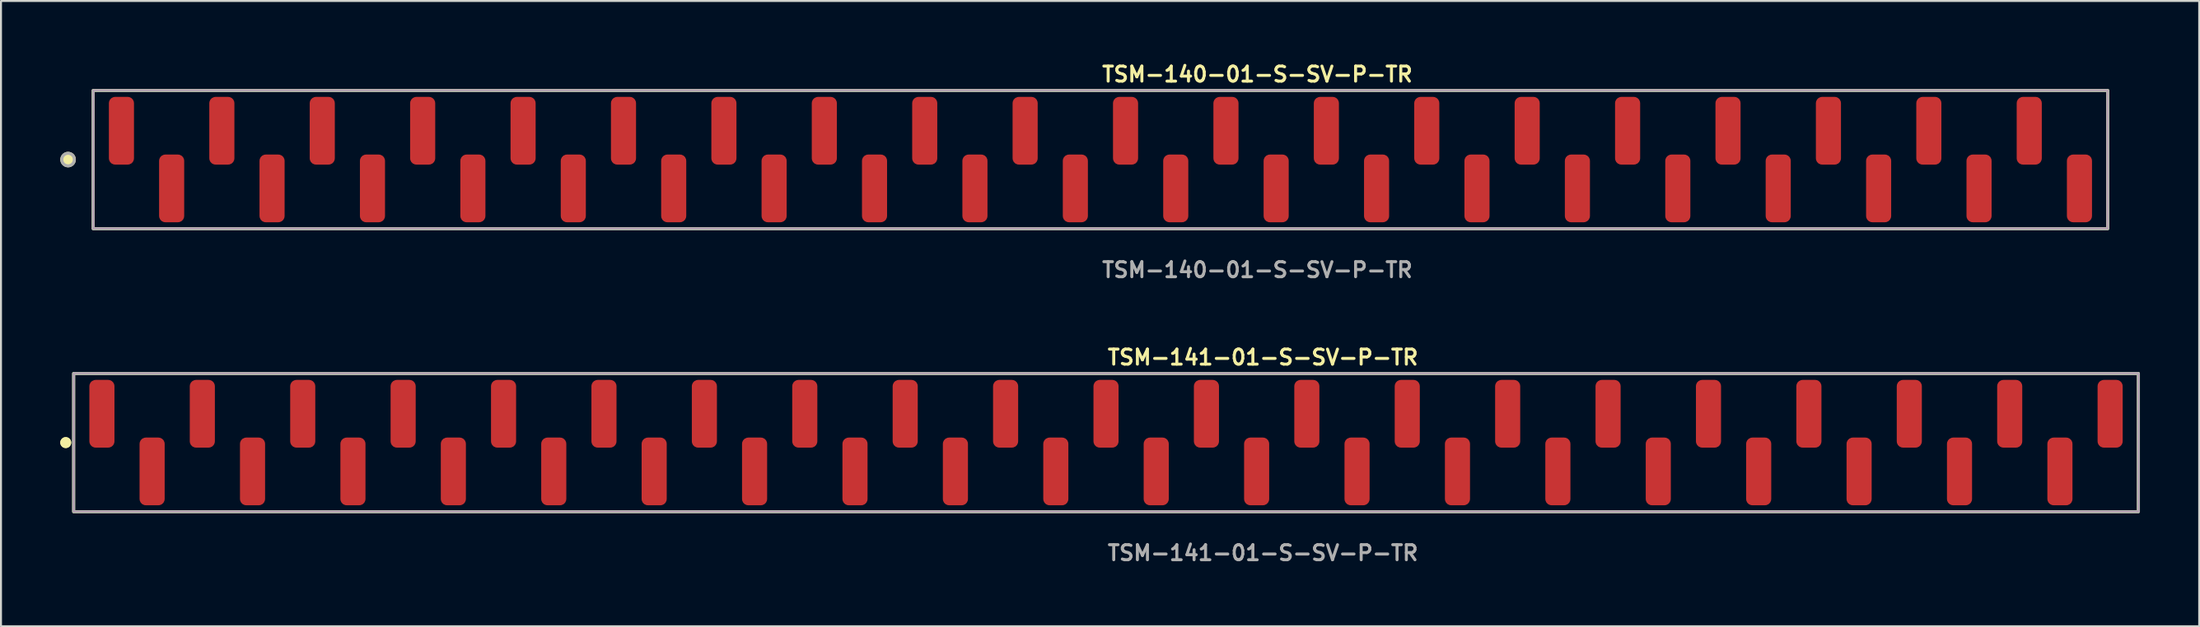
<source format=kicad_pcb>
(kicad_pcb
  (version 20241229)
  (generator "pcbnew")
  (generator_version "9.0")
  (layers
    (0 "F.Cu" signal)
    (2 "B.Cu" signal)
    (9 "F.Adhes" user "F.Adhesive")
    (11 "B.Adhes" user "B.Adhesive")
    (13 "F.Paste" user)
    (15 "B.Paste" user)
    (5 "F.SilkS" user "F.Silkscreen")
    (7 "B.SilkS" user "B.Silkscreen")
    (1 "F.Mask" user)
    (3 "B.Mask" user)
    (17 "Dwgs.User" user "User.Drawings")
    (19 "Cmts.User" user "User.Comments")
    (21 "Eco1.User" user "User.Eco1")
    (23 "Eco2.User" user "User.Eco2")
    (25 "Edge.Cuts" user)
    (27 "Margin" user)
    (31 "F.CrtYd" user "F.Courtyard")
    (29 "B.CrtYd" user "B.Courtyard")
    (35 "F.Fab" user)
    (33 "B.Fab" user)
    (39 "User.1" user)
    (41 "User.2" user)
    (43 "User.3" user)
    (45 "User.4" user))
  (footprint "TSM-141-01-S-SV-P-TR"
    (layer "F.Cu")
    (at 52.906 19.364)
    (property "Reference" "TSM-141-01-S-SV-P-TR" (at 0 -4.318 0) (unlocked yes) (layer "F.SilkS") (effects (font (size 0.762 0.762) (thickness 0.152)) (justify left)))
    (fp_rect (start -52.23 3.5) (end 52.23 -3.5) (stroke (width 0.152) (type solid)) (fill no) (layer "F.SilkS"))
    (fp_circle (center -52.63 0) (end -52.83 0) (stroke (width 0.152) (type solid)) (fill yes) (layer "F.SilkS"))
    (fp_circle (center -52.63 0) (end -52.83 0) (stroke (width 0.152) (type solid)) (fill yes) (layer "F.SilkS"))
    (fp_rect (start -52.23 3.5) (end 52.23 -3.5) (stroke (width 0.006) (type solid)) (fill no) (layer "F.CrtYd"))
    (fp_rect (start -52.23 3.5) (end 52.23 -3.5) (stroke (width 0.152) (type solid)) (fill no) (layer "F.Fab"))
    (fp_text user "${REFERENCE}" (at 0 5.588 0) (unlocked yes) (layer "F.Fab") (effects (font (size 0.762 0.762) (thickness 0.152)) (justify left)))
    (pad "1" smd roundrect (at -50.8 -1.46) (size 1.27 3.43) (layers "F.Cu" "F.Paste") (roundrect_rratio 0.25))
    (pad "2" smd roundrect (at -48.26 1.46) (size 1.27 3.43) (layers "F.Cu" "F.Paste") (roundrect_rratio 0.25))
    (pad "3" smd roundrect (at -45.72 -1.46) (size 1.27 3.43) (layers "F.Cu" "F.Paste") (roundrect_rratio 0.25))
    (pad "4" smd roundrect (at -43.18 1.46) (size 1.27 3.43) (layers "F.Cu" "F.Paste") (roundrect_rratio 0.25))
    (pad "5" smd roundrect (at -40.64 -1.46) (size 1.27 3.43) (layers "F.Cu" "F.Paste") (roundrect_rratio 0.25))
    (pad "6" smd roundrect (at -38.1 1.46) (size 1.27 3.43) (layers "F.Cu" "F.Paste") (roundrect_rratio 0.25))
    (pad "7" smd roundrect (at -35.56 -1.46) (size 1.27 3.43) (layers "F.Cu" "F.Paste") (roundrect_rratio 0.25))
    (pad "8" smd roundrect (at -33.02 1.46) (size 1.27 3.43) (layers "F.Cu" "F.Paste") (roundrect_rratio 0.25))
    (pad "9" smd roundrect (at -30.48 -1.46) (size 1.27 3.43) (layers "F.Cu" "F.Paste") (roundrect_rratio 0.25))
    (pad "10" smd roundrect (at -27.94 1.46) (size 1.27 3.43) (layers "F.Cu" "F.Paste") (roundrect_rratio 0.25))
    (pad "11" smd roundrect (at -25.4 -1.46) (size 1.27 3.43) (layers "F.Cu" "F.Paste") (roundrect_rratio 0.25))
    (pad "12" smd roundrect (at -22.86 1.46) (size 1.27 3.43) (layers "F.Cu" "F.Paste") (roundrect_rratio 0.25))
    (pad "13" smd roundrect (at -20.32 -1.46) (size 1.27 3.43) (layers "F.Cu" "F.Paste") (roundrect_rratio 0.25))
    (pad "14" smd roundrect (at -17.78 1.46) (size 1.27 3.43) (layers "F.Cu" "F.Paste") (roundrect_rratio 0.25))
    (pad "15" smd roundrect (at -15.24 -1.46) (size 1.27 3.43) (layers "F.Cu" "F.Paste") (roundrect_rratio 0.25))
    (pad "16" smd roundrect (at -12.7 1.46) (size 1.27 3.43) (layers "F.Cu" "F.Paste") (roundrect_rratio 0.25))
    (pad "17" smd roundrect (at -10.16 -1.46) (size 1.27 3.43) (layers "F.Cu" "F.Paste") (roundrect_rratio 0.25))
    (pad "18" smd roundrect (at -7.62 1.46) (size 1.27 3.43) (layers "F.Cu" "F.Paste") (roundrect_rratio 0.25))
    (pad "19" smd roundrect (at -5.08 -1.46) (size 1.27 3.43) (layers "F.Cu" "F.Paste") (roundrect_rratio 0.25))
    (pad "20" smd roundrect (at -2.54 1.46) (size 1.27 3.43) (layers "F.Cu" "F.Paste") (roundrect_rratio 0.25))
    (pad "21" smd roundrect (at 0 -1.46) (size 1.27 3.43) (layers "F.Cu" "F.Paste") (roundrect_rratio 0.25))
    (pad "22" smd roundrect (at 2.54 1.46) (size 1.27 3.43) (layers "F.Cu" "F.Paste") (roundrect_rratio 0.25))
    (pad "23" smd roundrect (at 5.08 -1.46) (size 1.27 3.43) (layers "F.Cu" "F.Paste") (roundrect_rratio 0.25))
    (pad "24" smd roundrect (at 7.62 1.46) (size 1.27 3.43) (layers "F.Cu" "F.Paste") (roundrect_rratio 0.25))
    (pad "25" smd roundrect (at 10.16 -1.46) (size 1.27 3.43) (layers "F.Cu" "F.Paste") (roundrect_rratio 0.25))
    (pad "26" smd roundrect (at 12.7 1.46) (size 1.27 3.43) (layers "F.Cu" "F.Paste") (roundrect_rratio 0.25))
    (pad "27" smd roundrect (at 15.24 -1.46) (size 1.27 3.43) (layers "F.Cu" "F.Paste") (roundrect_rratio 0.25))
    (pad "28" smd roundrect (at 17.78 1.46) (size 1.27 3.43) (layers "F.Cu" "F.Paste") (roundrect_rratio 0.25))
    (pad "29" smd roundrect (at 20.32 -1.46) (size 1.27 3.43) (layers "F.Cu" "F.Paste") (roundrect_rratio 0.25))
    (pad "30" smd roundrect (at 22.86 1.46) (size 1.27 3.43) (layers "F.Cu" "F.Paste") (roundrect_rratio 0.25))
    (pad "31" smd roundrect (at 25.4 -1.46) (size 1.27 3.43) (layers "F.Cu" "F.Paste") (roundrect_rratio 0.25))
    (pad "32" smd roundrect (at 27.94 1.46) (size 1.27 3.43) (layers "F.Cu" "F.Paste") (roundrect_rratio 0.25))
    (pad "33" smd roundrect (at 30.48 -1.46) (size 1.27 3.43) (layers "F.Cu" "F.Paste") (roundrect_rratio 0.25))
    (pad "34" smd roundrect (at 33.02 1.46) (size 1.27 3.43) (layers "F.Cu" "F.Paste") (roundrect_rratio 0.25))
    (pad "35" smd roundrect (at 35.56 -1.46) (size 1.27 3.43) (layers "F.Cu" "F.Paste") (roundrect_rratio 0.25))
    (pad "36" smd roundrect (at 38.1 1.46) (size 1.27 3.43) (layers "F.Cu" "F.Paste") (roundrect_rratio 0.25))
    (pad "37" smd roundrect (at 40.64 -1.46) (size 1.27 3.43) (layers "F.Cu" "F.Paste") (roundrect_rratio 0.25))
    (pad "38" smd roundrect (at 43.18 1.46) (size 1.27 3.43) (layers "F.Cu" "F.Paste") (roundrect_rratio 0.25))
    (pad "39" smd roundrect (at 45.72 -1.46) (size 1.27 3.43) (layers "F.Cu" "F.Paste") (roundrect_rratio 0.25))
    (pad "40" smd roundrect (at 48.26 1.46) (size 1.27 3.43) (layers "F.Cu" "F.Paste") (roundrect_rratio 0.25))
    (pad "41" smd roundrect (at 50.8 -1.46) (size 1.27 3.43) (layers "F.Cu" "F.Paste") (roundrect_rratio 0.25)))
  (footprint "TSM-140-01-S-SV-P-TR"
    (layer "F.Cu")
    (at 52.624 5.031)
    (property "Reference" "TSM-140-01-S-SV-P-TR" (at 0 -4.318 0) (unlocked yes) (layer "F.SilkS") (effects (font (size 0.762 0.762) (thickness 0.152)) (justify left)))
    (fp_rect (start -50.96 3.5) (end 50.96 -3.5) (stroke (width 0.152) (type solid)) (fill no) (layer "F.SilkS"))
    (fp_circle (center -52.23 0) (end -52.547 0) (stroke (width 0.152) (type solid)) (fill yes) (layer "F.SilkS"))
    (fp_rect (start -50.96 3.5) (end 50.96 -3.5) (stroke (width 0.006) (type solid)) (fill no) (layer "F.CrtYd"))
    (fp_rect (start -50.96 3.5) (end 50.96 -3.5) (stroke (width 0.152) (type solid)) (fill no) (layer "F.Fab"))
    (fp_circle (center -52.23 0) (end -52.547 0) (stroke (width 0.152) (type solid)) (fill no) (layer "F.Fab"))
    (fp_text user "${REFERENCE}" (at 0 5.588 0) (unlocked yes) (layer "F.Fab") (effects (font (size 0.762 0.762) (thickness 0.152)) (justify left)))
    (pad "1" smd roundrect (at -49.53 -1.46) (size 1.27 3.43) (layers "F.Cu" "F.Paste") (roundrect_rratio 0.25))
    (pad "2" smd roundrect (at -46.99 1.46) (size 1.27 3.43) (layers "F.Cu" "F.Paste") (roundrect_rratio 0.25))
    (pad "3" smd roundrect (at -44.45 -1.46) (size 1.27 3.43) (layers "F.Cu" "F.Paste") (roundrect_rratio 0.25))
    (pad "4" smd roundrect (at -41.91 1.46) (size 1.27 3.43) (layers "F.Cu" "F.Paste") (roundrect_rratio 0.25))
    (pad "5" smd roundrect (at -39.37 -1.46) (size 1.27 3.43) (layers "F.Cu" "F.Paste") (roundrect_rratio 0.25))
    (pad "6" smd roundrect (at -36.83 1.46) (size 1.27 3.43) (layers "F.Cu" "F.Paste") (roundrect_rratio 0.25))
    (pad "7" smd roundrect (at -34.29 -1.46) (size 1.27 3.43) (layers "F.Cu" "F.Paste") (roundrect_rratio 0.25))
    (pad "8" smd roundrect (at -31.75 1.46) (size 1.27 3.43) (layers "F.Cu" "F.Paste") (roundrect_rratio 0.25))
    (pad "9" smd roundrect (at -29.21 -1.46) (size 1.27 3.43) (layers "F.Cu" "F.Paste") (roundrect_rratio 0.25))
    (pad "10" smd roundrect (at -26.67 1.46) (size 1.27 3.43) (layers "F.Cu" "F.Paste") (roundrect_rratio 0.25))
    (pad "11" smd roundrect (at -24.13 -1.46) (size 1.27 3.43) (layers "F.Cu" "F.Paste") (roundrect_rratio 0.25))
    (pad "12" smd roundrect (at -21.59 1.46) (size 1.27 3.43) (layers "F.Cu" "F.Paste") (roundrect_rratio 0.25))
    (pad "13" smd roundrect (at -19.05 -1.46) (size 1.27 3.43) (layers "F.Cu" "F.Paste") (roundrect_rratio 0.25))
    (pad "14" smd roundrect (at -16.51 1.46) (size 1.27 3.43) (layers "F.Cu" "F.Paste") (roundrect_rratio 0.25))
    (pad "15" smd roundrect (at -13.97 -1.46) (size 1.27 3.43) (layers "F.Cu" "F.Paste") (roundrect_rratio 0.25))
    (pad "16" smd roundrect (at -11.43 1.46) (size 1.27 3.43) (layers "F.Cu" "F.Paste") (roundrect_rratio 0.25))
    (pad "17" smd roundrect (at -8.89 -1.46) (size 1.27 3.43) (layers "F.Cu" "F.Paste") (roundrect_rratio 0.25))
    (pad "18" smd roundrect (at -6.35 1.46) (size 1.27 3.43) (layers "F.Cu" "F.Paste") (roundrect_rratio 0.25))
    (pad "19" smd roundrect (at -3.81 -1.46) (size 1.27 3.43) (layers "F.Cu" "F.Paste") (roundrect_rratio 0.25))
    (pad "20" smd roundrect (at -1.27 1.46) (size 1.27 3.43) (layers "F.Cu" "F.Paste") (roundrect_rratio 0.25))
    (pad "21" smd roundrect (at 1.27 -1.46) (size 1.27 3.43) (layers "F.Cu" "F.Paste") (roundrect_rratio 0.25))
    (pad "22" smd roundrect (at 3.81 1.46) (size 1.27 3.43) (layers "F.Cu" "F.Paste") (roundrect_rratio 0.25))
    (pad "23" smd roundrect (at 6.35 -1.46) (size 1.27 3.43) (layers "F.Cu" "F.Paste") (roundrect_rratio 0.25))
    (pad "24" smd roundrect (at 8.89 1.46) (size 1.27 3.43) (layers "F.Cu" "F.Paste") (roundrect_rratio 0.25))
    (pad "25" smd roundrect (at 11.43 -1.46) (size 1.27 3.43) (layers "F.Cu" "F.Paste") (roundrect_rratio 0.25))
    (pad "26" smd roundrect (at 13.97 1.46) (size 1.27 3.43) (layers "F.Cu" "F.Paste") (roundrect_rratio 0.25))
    (pad "27" smd roundrect (at 16.51 -1.46) (size 1.27 3.43) (layers "F.Cu" "F.Paste") (roundrect_rratio 0.25))
    (pad "28" smd roundrect (at 19.05 1.46) (size 1.27 3.43) (layers "F.Cu" "F.Paste") (roundrect_rratio 0.25))
    (pad "29" smd roundrect (at 21.59 -1.46) (size 1.27 3.43) (layers "F.Cu" "F.Paste") (roundrect_rratio 0.25))
    (pad "30" smd roundrect (at 24.13 1.46) (size 1.27 3.43) (layers "F.Cu" "F.Paste") (roundrect_rratio 0.25))
    (pad "31" smd roundrect (at 26.67 -1.46) (size 1.27 3.43) (layers "F.Cu" "F.Paste") (roundrect_rratio 0.25))
    (pad "32" smd roundrect (at 29.21 1.46) (size 1.27 3.43) (layers "F.Cu" "F.Paste") (roundrect_rratio 0.25))
    (pad "33" smd roundrect (at 31.75 -1.46) (size 1.27 3.43) (layers "F.Cu" "F.Paste") (roundrect_rratio 0.25))
    (pad "34" smd roundrect (at 34.29 1.46) (size 1.27 3.43) (layers "F.Cu" "F.Paste") (roundrect_rratio 0.25))
    (pad "35" smd roundrect (at 36.83 -1.46) (size 1.27 3.43) (layers "F.Cu" "F.Paste") (roundrect_rratio 0.25))
    (pad "36" smd roundrect (at 39.37 1.46) (size 1.27 3.43) (layers "F.Cu" "F.Paste") (roundrect_rratio 0.25))
    (pad "37" smd roundrect (at 41.91 -1.46) (size 1.27 3.43) (layers "F.Cu" "F.Paste") (roundrect_rratio 0.25))
    (pad "38" smd roundrect (at 44.45 1.46) (size 1.27 3.43) (layers "F.Cu" "F.Paste") (roundrect_rratio 0.25))
    (pad "39" smd roundrect (at 46.99 -1.46) (size 1.27 3.43) (layers "F.Cu" "F.Paste") (roundrect_rratio 0.25))
    (pad "40" smd roundrect (at 49.53 1.46) (size 1.27 3.43) (layers "F.Cu" "F.Paste") (roundrect_rratio 0.25)))
  (gr_rect
    (start -3 -3)
    (end 108.212 28.665)
    (stroke (width 0.1) (type default))
    (fill no)
    (layer "Edge.Cuts")))
</source>
